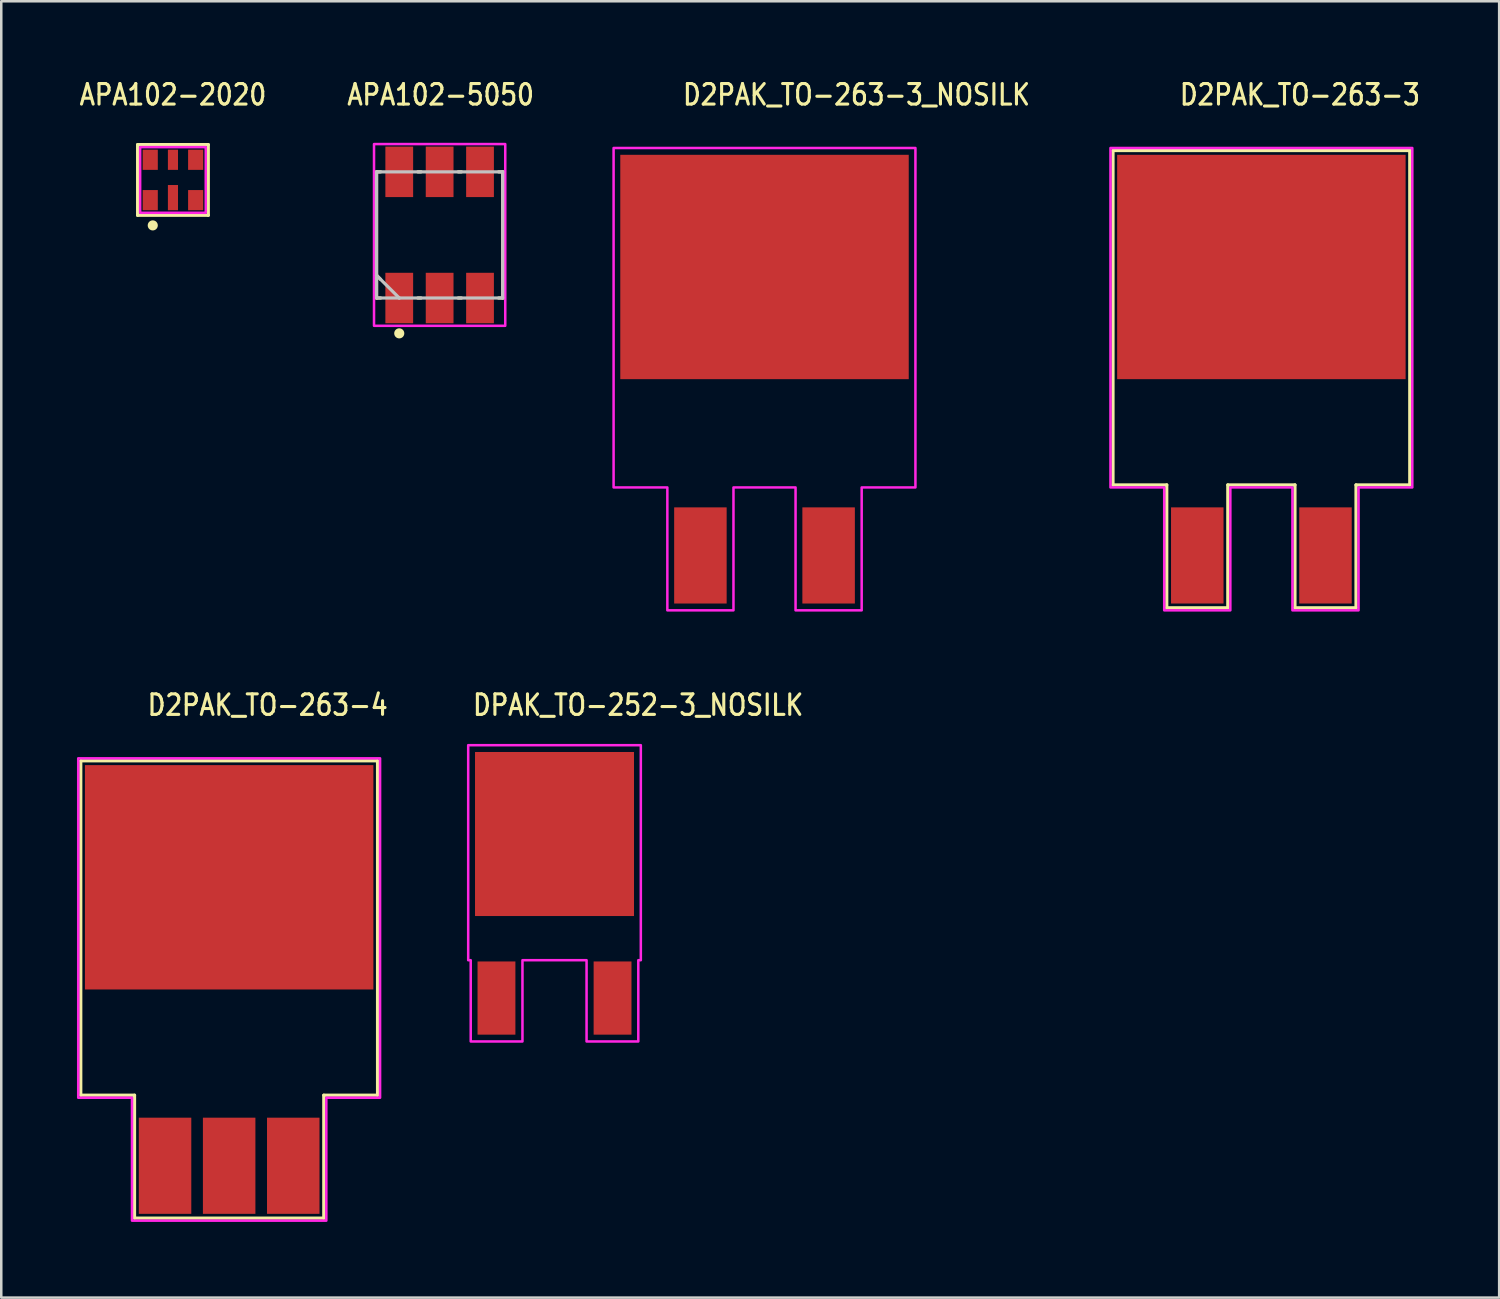
<source format=kicad_pcb>
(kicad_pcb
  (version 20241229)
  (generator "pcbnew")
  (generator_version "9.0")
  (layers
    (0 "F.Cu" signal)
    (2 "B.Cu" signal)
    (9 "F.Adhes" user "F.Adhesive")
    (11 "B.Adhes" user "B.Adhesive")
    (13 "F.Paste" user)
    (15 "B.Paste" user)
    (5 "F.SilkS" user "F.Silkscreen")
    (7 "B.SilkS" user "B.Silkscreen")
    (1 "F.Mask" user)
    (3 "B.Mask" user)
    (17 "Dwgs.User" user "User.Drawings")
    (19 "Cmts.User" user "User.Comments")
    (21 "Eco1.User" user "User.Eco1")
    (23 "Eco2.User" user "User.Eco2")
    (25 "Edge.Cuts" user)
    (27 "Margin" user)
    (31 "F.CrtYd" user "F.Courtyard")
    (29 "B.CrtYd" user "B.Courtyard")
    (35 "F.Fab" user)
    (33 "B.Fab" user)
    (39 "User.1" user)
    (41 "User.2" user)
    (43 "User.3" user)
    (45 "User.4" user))
  (footprint "D2PAK_TO-263-4"
    (layer "F.Cu")
    (at 6.03 36.157)
    (property "Reference" "D2PAK_TO-263-4" (at -3.302 -10.795 0) (unlocked yes) (layer "F.SilkS") (effects (font (size 0.813 0.695) (thickness 0.122)) (justify left bottom)))
    (fp_line (start -5.88 -9.06) (end 5.88 -9.06) (stroke (width 0.127) (type solid)) (layer "F.SilkS"))
    (fp_line (start -5.88 4.19) (end -5.88 -9.06) (stroke (width 0.127) (type solid)) (layer "F.SilkS"))
    (fp_line (start -3.75 4.19) (end -5.88 4.19) (stroke (width 0.127) (type solid)) (layer "F.SilkS"))
    (fp_line (start -3.75 9.06) (end -3.75 4.19) (stroke (width 0.127) (type solid)) (layer "F.SilkS"))
    (fp_line (start 3.75 4.19) (end 3.75 9.06) (stroke (width 0.127) (type solid)) (layer "F.SilkS"))
    (fp_line (start 3.75 9.06) (end -3.75 9.06) (stroke (width 0.127) (type solid)) (layer "F.SilkS"))
    (fp_line (start 5.88 -9.06) (end 5.88 4.19) (stroke (width 0.127) (type solid)) (layer "F.SilkS"))
    (fp_line (start 5.88 4.19) (end 3.75 4.19) (stroke (width 0.127) (type solid)) (layer "F.SilkS"))
    (fp_poly (pts (xy -5.98 -9.16) (xy 5.98 -9.16) (xy 5.98 4.29) (xy 3.85 4.29) (xy 3.85 9.16) (xy -3.85 9.16) (xy -3.85 4.29) (xy -5.98 4.29)) (stroke (width 0.1) (type solid)) (fill no) (layer "F.CrtYd"))
    (pad "1" smd rect (at -2.54 6.985) (size 2.08 3.81) (layers "F.Cu" "F.Mask" "F.Paste"))
    (pad "2" smd rect (at 0 6.985) (size 2.08 3.81) (layers "F.Cu" "F.Mask" "F.Paste"))
    (pad "3" smd rect (at 2.54 6.985) (size 2.08 3.81) (layers "F.Cu" "F.Mask" "F.Paste"))
    (pad "4" smd rect (at 0 -4.445) (size 11.43 8.89) (layers "F.Cu" "F.Mask" "F.Paste")))
  (footprint "D2PAK_TO-263-3_NOSILK"
    (layer "F.Cu")
    (at 27.243 11.974)
    (property "Reference" "D2PAK_TO-263-3_NOSILK" (at -3.302 -10.795 0) (unlocked yes) (layer "F.SilkS") (effects (font (size 0.813 0.695) (thickness 0.122)) (justify left bottom)))
    (fp_poly (pts (xy -5.98 -9.16) (xy 5.98 -9.16) (xy 5.98 4.29) (xy 3.85 4.29) (xy 3.85 9.16) (xy 1.23 9.16) (xy 1.23 4.29) (xy -1.23 4.29) (xy -1.23 9.16) (xy -3.85 9.16) (xy -3.85 4.29) (xy -5.98 4.29)) (stroke (width 0.1) (type solid)) (fill no) (layer "F.CrtYd"))
    (pad "1" smd rect (at -2.54 6.985) (size 2.08 3.81) (layers "F.Cu" "F.Mask" "F.Paste"))
    (pad "3" smd rect (at 2.54 6.985) (size 2.08 3.81) (layers "F.Cu" "F.Mask" "F.Paste"))
    (pad "4" smd rect (at 0 -4.445) (size 11.43 8.89) (layers "F.Cu" "F.Mask" "F.Paste")))
  (footprint "APA102-5050"
    (layer "F.Cu")
    (at 14.37 6.259)
    (property "Reference" "APA102-5050" (at 0.04 -5.08 0) (unlocked yes) (layer "F.SilkS") (effects (font (size 0.813 0.695) (thickness 0.122)) (justify bottom)))
    (fp_line (start -2.5 -2.5) (end -2.5 1.6) (stroke (width 0.127) (type solid)) (layer "F.SilkS"))
    (fp_line (start -2.5 -2.5) (end -2.337 -2.5) (stroke (width 0.127) (type solid)) (layer "F.SilkS"))
    (fp_line (start -2.5 1.6) (end -2.5 2.5) (stroke (width 0.127) (type solid)) (layer "F.SilkS"))
    (fp_line (start -2.5 1.6) (end -2.337 1.764) (stroke (width 0.127) (type solid)) (layer "F.SilkS"))
    (fp_line (start -2.5 2.5) (end -2.337 2.5) (stroke (width 0.127) (type solid)) (layer "F.SilkS"))
    (fp_line (start -0.864 -2.5) (end -0.737 -2.5) (stroke (width 0.127) (type solid)) (layer "F.SilkS"))
    (fp_line (start -0.864 2.5) (end -0.737 2.5) (stroke (width 0.127) (type solid)) (layer "F.SilkS"))
    (fp_line (start 0.737 -2.5) (end 0.864 -2.5) (stroke (width 0.127) (type solid)) (layer "F.SilkS"))
    (fp_line (start 0.737 2.5) (end 0.864 2.5) (stroke (width 0.127) (type solid)) (layer "F.SilkS"))
    (fp_line (start 2.5 -2.5) (end 2.337 -2.5) (stroke (width 0.127) (type solid)) (layer "F.SilkS"))
    (fp_line (start 2.5 -2.5) (end 2.5 2.5) (stroke (width 0.127) (type solid)) (layer "F.SilkS"))
    (fp_line (start 2.5 2.5) (end 2.337 2.5) (stroke (width 0.127) (type solid)) (layer "F.SilkS"))
    (fp_circle (center -1.6 3.9) (end -1.4 3.9) (stroke (width 0) (type solid)) (fill yes) (layer "F.SilkS"))
    (fp_rect (start -1.975 -1.5) (end -1.225 -3.5) (stroke (width 0) (type solid)) (fill yes) (layer "F.Paste"))
    (fp_rect (start -1.975 3.5) (end -1.225 1.5) (stroke (width 0) (type solid)) (fill yes) (layer "F.Paste"))
    (fp_rect (start -0.375 -1.5) (end 0.375 -3.5) (stroke (width 0) (type solid)) (fill yes) (layer "F.Paste"))
    (fp_rect (start -0.375 3.5) (end 0.375 1.5) (stroke (width 0) (type solid)) (fill yes) (layer "F.Paste"))
    (fp_rect (start 1.225 -1.5) (end 1.975 -3.5) (stroke (width 0) (type solid)) (fill yes) (layer "F.Paste"))
    (fp_rect (start 1.225 3.5) (end 1.975 1.5) (stroke (width 0) (type solid)) (fill yes) (layer "F.Paste"))
    (fp_line (start -2.5 -2.5) (end -2.5 1.6) (stroke (width 0.127) (type solid)) (layer "Dwgs.User"))
    (fp_line (start -2.5 1.6) (end -2.5 2.5) (stroke (width 0.127) (type solid)) (layer "Dwgs.User"))
    (fp_line (start -2.5 1.6) (end -1.6 2.5) (stroke (width 0.127) (type solid)) (layer "Dwgs.User"))
    (fp_line (start -2.5 2.5) (end -1.6 2.5) (stroke (width 0.127) (type solid)) (layer "Dwgs.User"))
    (fp_line (start -1.6 2.5) (end 2.5 2.5) (stroke (width 0.127) (type solid)) (layer "Dwgs.User"))
    (fp_line (start 2.5 -2.5) (end -2.5 -2.5) (stroke (width 0.127) (type solid)) (layer "Dwgs.User"))
    (fp_line (start 2.5 2.5) (end 2.5 -2.5) (stroke (width 0.127) (type solid)) (layer "Dwgs.User"))
    (fp_poly (pts (xy -2.6 -3.6) (xy 2.6 -3.6) (xy 2.6 3.6) (xy -2.6 3.6)) (stroke (width 0.1) (type solid)) (fill no) (layer "F.CrtYd"))
    (pad "1DI" smd rect (at -1.6 2.5) (size 1.1 2) (layers "F.Cu" "F.Mask"))
    (pad "2CI" smd rect (at 0 2.5) (size 1.1 2) (layers "F.Cu" "F.Mask"))
    (pad "3GND" smd rect (at 1.6 2.5) (size 1.1 2) (layers "F.Cu" "F.Mask"))
    (pad "4VCC" smd rect (at 1.6 -2.5) (size 1.1 2) (layers "F.Cu" "F.Mask"))
    (pad "5CO" smd rect (at 0 -2.5) (size 1.1 2) (layers "F.Cu" "F.Mask"))
    (pad "6DO" smd rect (at -1.6 -2.5) (size 1.1 2) (layers "F.Cu" "F.Mask")))
  (footprint "DPAK_TO-252-3_NOSILK"
    (layer "F.Cu")
    (at 18.922 32.347)
    (property "Reference" "DPAK_TO-252-3_NOSILK" (at -3.302 -6.985 0) (unlocked yes) (layer "F.SilkS") (effects (font (size 0.813 0.695) (thickness 0.122)) (justify left bottom)))
    (fp_poly (pts (xy -3.42 -5.87) (xy 3.42 -5.87) (xy 3.42 2.65) (xy 3.32 2.65) (xy 3.32 5.87) (xy 1.27 5.87) (xy 1.27 2.65) (xy -1.27 2.65) (xy -1.27 5.87) (xy -3.32 5.87) (xy -3.32 2.65) (xy -3.42 2.65)) (stroke (width 0.1) (type solid)) (fill no) (layer "F.CrtYd"))
    (pad "1" smd rect (at -2.3 4.15) (size 1.5 2.9) (layers "F.Cu" "F.Mask" "F.Paste"))
    (pad "3" smd rect (at 2.3 4.15) (size 1.5 2.9) (layers "F.Cu" "F.Mask" "F.Paste"))
    (pad "4" smd rect (at 0 -2.35) (size 6.3 6.5) (layers "F.Cu" "F.Mask" "F.Paste")))
  (footprint "D2PAK_TO-263-3"
    (layer "F.Cu")
    (at 46.931 11.974)
    (property "Reference" "D2PAK_TO-263-3" (at -3.302 -10.795 0) (unlocked yes) (layer "F.SilkS") (effects (font (size 0.813 0.695) (thickness 0.122)) (justify left bottom)))
    (fp_line (start -5.88 -9.06) (end 5.88 -9.06) (stroke (width 0.127) (type solid)) (layer "F.SilkS"))
    (fp_line (start -5.88 4.19) (end -5.88 -9.06) (stroke (width 0.127) (type solid)) (layer "F.SilkS"))
    (fp_line (start -3.75 4.19) (end -5.88 4.19) (stroke (width 0.127) (type solid)) (layer "F.SilkS"))
    (fp_line (start -3.75 9.06) (end -3.75 4.19) (stroke (width 0.127) (type solid)) (layer "F.SilkS"))
    (fp_line (start -1.33 4.19) (end -1.33 9.06) (stroke (width 0.127) (type solid)) (layer "F.SilkS"))
    (fp_line (start -1.33 9.06) (end -3.75 9.06) (stroke (width 0.127) (type solid)) (layer "F.SilkS"))
    (fp_line (start 1.33 4.19) (end -1.33 4.19) (stroke (width 0.127) (type solid)) (layer "F.SilkS"))
    (fp_line (start 1.33 9.06) (end 1.33 4.19) (stroke (width 0.127) (type solid)) (layer "F.SilkS"))
    (fp_line (start 3.75 4.19) (end 3.75 9.06) (stroke (width 0.127) (type solid)) (layer "F.SilkS"))
    (fp_line (start 3.75 9.06) (end 1.33 9.06) (stroke (width 0.127) (type solid)) (layer "F.SilkS"))
    (fp_line (start 5.88 -9.06) (end 5.88 4.19) (stroke (width 0.127) (type solid)) (layer "F.SilkS"))
    (fp_line (start 5.88 4.19) (end 3.75 4.19) (stroke (width 0.127) (type solid)) (layer "F.SilkS"))
    (fp_poly (pts (xy -5.98 -9.16) (xy 5.98 -9.16) (xy 5.98 4.29) (xy 3.85 4.29) (xy 3.85 9.16) (xy 1.23 9.16) (xy 1.23 4.29) (xy -1.23 4.29) (xy -1.23 9.16) (xy -3.85 9.16) (xy -3.85 4.29) (xy -5.98 4.29)) (stroke (width 0.1) (type solid)) (fill no) (layer "F.CrtYd"))
    (pad "1" smd rect (at -2.54 6.985) (size 2.08 3.81) (layers "F.Cu" "F.Mask" "F.Paste"))
    (pad "3" smd rect (at 2.54 6.985) (size 2.08 3.81) (layers "F.Cu" "F.Mask" "F.Paste"))
    (pad "4" smd rect (at 0 -4.445) (size 11.43 8.89) (layers "F.Cu" "F.Mask" "F.Paste")))
  (footprint "APA102-2020"
    (layer "F.Cu")
    (at 3.803 4.081)
    (property "Reference" "APA102-2020" (at 0 -2.902 0) (unlocked yes) (layer "F.SilkS") (effects (font (size 0.813 0.695) (thickness 0.122)) (justify bottom)))
    (fp_line (start -1.4 -1.4) (end 1.4 -1.4) (stroke (width 0.127) (type solid)) (layer "F.SilkS"))
    (fp_line (start -1.4 1.4) (end -1.4 -1.4) (stroke (width 0.127) (type solid)) (layer "F.SilkS"))
    (fp_line (start 1.4 -1.4) (end 1.4 1.4) (stroke (width 0.127) (type solid)) (layer "F.SilkS"))
    (fp_line (start 1.4 1.4) (end -1.4 1.4) (stroke (width 0.127) (type solid)) (layer "F.SilkS"))
    (fp_circle (center -0.8 1.8) (end -0.6 1.8) (stroke (width 0) (type solid)) (fill yes) (layer "F.SilkS"))
    (fp_rect (start -0.95 -0.55) (end -0.65 -1.15) (stroke (width 0) (type solid)) (fill yes) (layer "F.Paste"))
    (fp_rect (start -0.95 1.15) (end -0.65 0.55) (stroke (width 0) (type solid)) (fill yes) (layer "F.Paste"))
    (fp_rect (start -0.15 -0.55) (end 0.15 -1.15) (stroke (width 0) (type solid)) (fill yes) (layer "F.Paste"))
    (fp_rect (start -0.15 1.15) (end 0.15 0.55) (stroke (width 0) (type solid)) (fill yes) (layer "F.Paste"))
    (fp_rect (start 0.65 -0.55) (end 0.95 -1.15) (stroke (width 0) (type solid)) (fill yes) (layer "F.Paste"))
    (fp_rect (start 0.65 1.15) (end 0.95 0.55) (stroke (width 0) (type solid)) (fill yes) (layer "F.Paste"))
    (fp_poly (pts (xy -1.3 -1.3) (xy -1.3 1.3) (xy 1.3 1.3) (xy 1.3 -1.3)) (stroke (width 0.1) (type solid)) (fill no) (layer "F.CrtYd"))
    (pad "CKI" smd rect (at 0.9 -0.8) (size 0.6 0.8) (layers "F.Cu" "F.Mask"))
    (pad "CKO" smd rect (at -0.9 -0.8) (size 0.6 0.8) (layers "F.Cu" "F.Mask"))
    (pad "GND" smd rect (at 0 0.7) (size 0.4 1) (layers "F.Cu" "F.Mask"))
    (pad "SDI" smd rect (at 0.9 0.8) (size 0.6 0.8) (layers "F.Cu" "F.Mask"))
    (pad "SDO" smd rect (at -0.9 0.8) (size 0.6 0.8) (layers "F.Cu" "F.Mask"))
    (pad "VDD" smd rect (at 0 -0.8) (size 0.4 0.8) (layers "F.Cu" "F.Mask")))
  (gr_rect
    (start -3 -3)
    (end 56.353 48.367)
    (stroke (width 0.1) (type default))
    (fill no)
    (layer "Edge.Cuts")))
</source>
